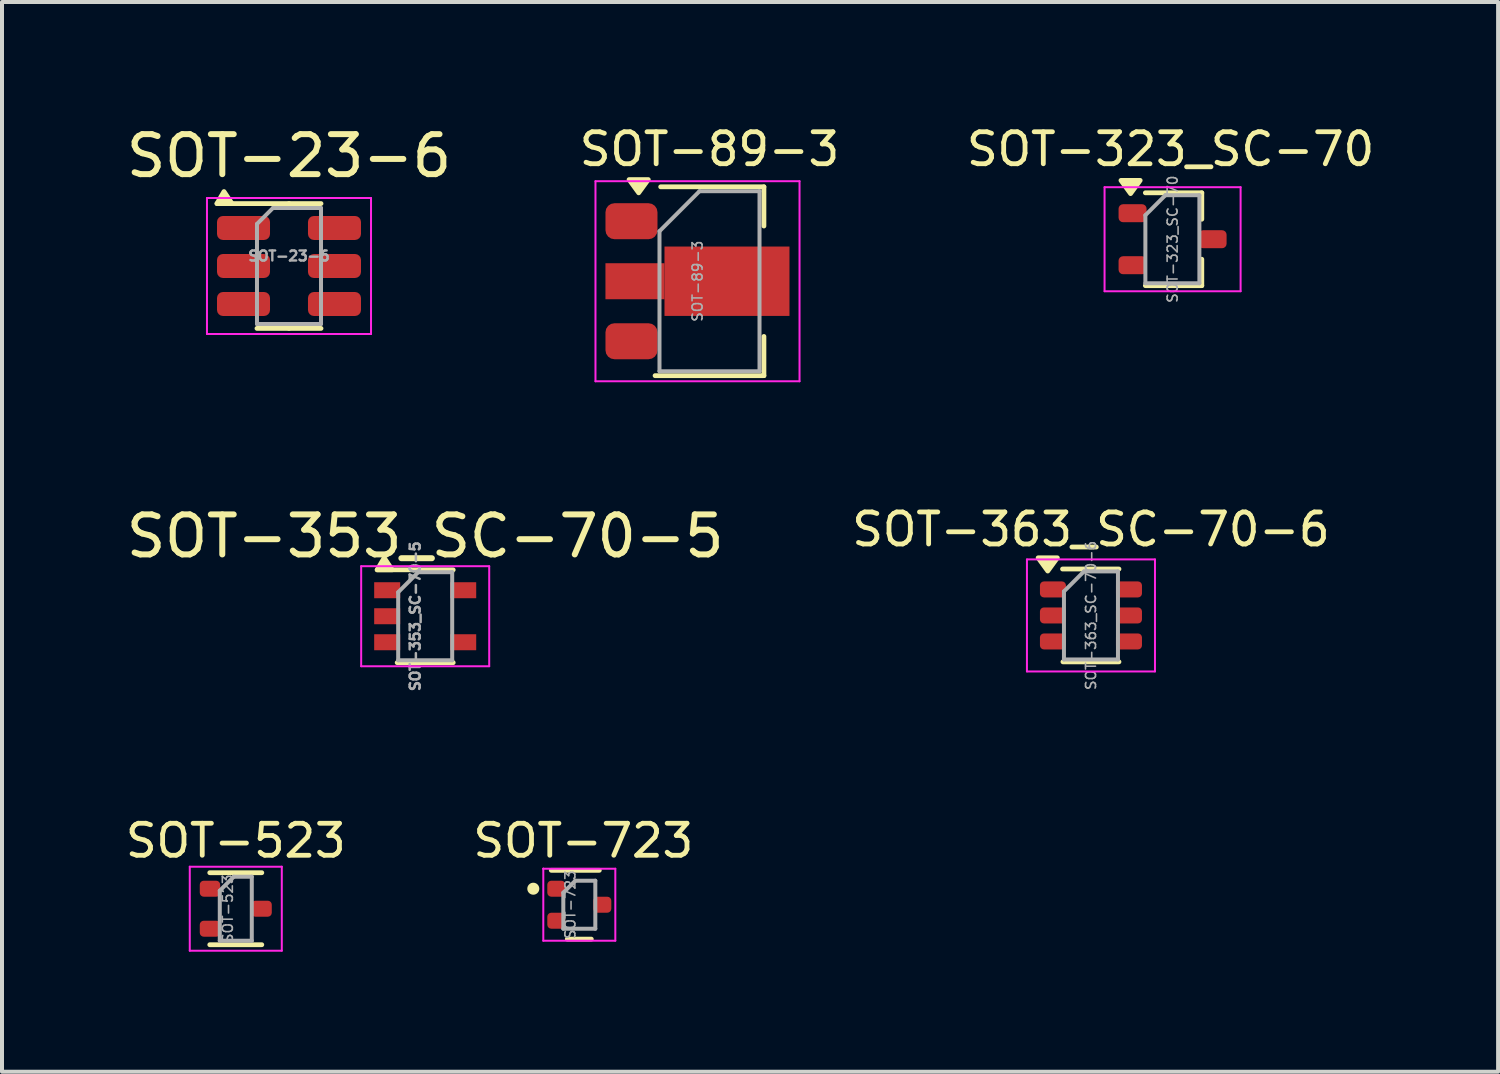
<source format=kicad_pcb>
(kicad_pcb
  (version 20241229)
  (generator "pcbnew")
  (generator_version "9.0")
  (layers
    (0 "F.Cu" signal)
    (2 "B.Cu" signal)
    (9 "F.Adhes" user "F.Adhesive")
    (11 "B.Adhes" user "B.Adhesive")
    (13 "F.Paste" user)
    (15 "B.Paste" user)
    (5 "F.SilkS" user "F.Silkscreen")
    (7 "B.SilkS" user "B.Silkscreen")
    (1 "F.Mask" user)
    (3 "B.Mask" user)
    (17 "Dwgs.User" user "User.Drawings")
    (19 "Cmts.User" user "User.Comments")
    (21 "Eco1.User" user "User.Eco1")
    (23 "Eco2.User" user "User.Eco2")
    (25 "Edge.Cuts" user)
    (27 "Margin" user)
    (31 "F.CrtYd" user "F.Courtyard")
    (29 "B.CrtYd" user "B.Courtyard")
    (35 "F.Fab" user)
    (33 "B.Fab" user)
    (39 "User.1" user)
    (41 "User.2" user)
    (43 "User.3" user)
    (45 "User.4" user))
  (footprint "SOT-523"
    (layer "F.Cu")
    (at 2.843 19.662)
    (property "Reference" "SOT-523" (at 0 -1.7 0) (layer "F.SilkS") (effects (font (size 0.8 0.8) (thickness 0.12))))
    (attr smd)
    (fp_line (start 0.65 -0.9) (end -0.65 -0.9) (stroke (width 0.12) (type solid)) (layer "F.SilkS"))
    (fp_line (start 0.65 0.9) (end -0.65 0.9) (stroke (width 0.12) (type solid)) (layer "F.SilkS"))
    (fp_line (start -1.15 -1.05) (end -1.15 1.05) (stroke (width 0.05) (type solid)) (layer "F.CrtYd"))
    (fp_line (start -1.15 -1.05) (end 1.15 -1.05) (stroke (width 0.05) (type solid)) (layer "F.CrtYd"))
    (fp_line (start 1.15 1.05) (end -1.15 1.05) (stroke (width 0.05) (type solid)) (layer "F.CrtYd"))
    (fp_line (start 1.15 1.05) (end 1.15 -1.05) (stroke (width 0.05) (type solid)) (layer "F.CrtYd"))
    (fp_line (start -0.4 -0.45) (end -0.4 0.8) (stroke (width 0.1) (type solid)) (layer "F.Fab"))
    (fp_line (start -0.4 -0.45) (end -0.05 -0.8) (stroke (width 0.1) (type solid)) (layer "F.Fab"))
    (fp_line (start -0.4 0.8) (end 0.4 0.8) (stroke (width 0.1) (type solid)) (layer "F.Fab"))
    (fp_line (start 0.4 -0.8) (end -0.05 -0.8) (stroke (width 0.1) (type solid)) (layer "F.Fab"))
    (fp_line (start 0.4 0.8) (end 0.4 -0.8) (stroke (width 0.1) (type solid)) (layer "F.Fab"))
    (fp_text user "${REFERENCE}" (at -0.2 0 270) (layer "F.Fab") (effects (font (size 0.25 0.25) (thickness 0.04))))
    (pad "1" smd roundrect (at -0.645 -0.5 180) (size 0.51 0.4) (layers "F.Cu" "F.Mask" "F.Paste") (roundrect_rratio 0.25))
    (pad "2" smd roundrect (at -0.645 0.5 180) (size 0.51 0.4) (layers "F.Cu" "F.Mask" "F.Paste") (roundrect_rratio 0.25))
    (pad "3" smd roundrect (at 0.645 0 180) (size 0.51 0.4) (layers "F.Cu" "F.Mask" "F.Paste") (roundrect_rratio 0.25)))
  (footprint "SOT-723"
    (layer "F.Cu")
    (at 11.429 19.562)
    (property "Reference" "SOT-723" (at 0.1 -1.6 0) (layer "F.SilkS") (effects (font (size 0.8 0.8) (thickness 0.12))))
    (attr smd)
    (fp_line (start 0.3 0.86) (end -0.3 0.86) (stroke (width 0.12) (type solid)) (layer "F.SilkS"))
    (fp_line (start 0.5 -0.86) (end -0.7 -0.86) (stroke (width 0.12) (type solid)) (layer "F.SilkS"))
    (fp_circle (center -1.15 -0.4) (end -1 -0.4) (stroke (width 0) (type solid)) (fill yes) (layer "F.SilkS"))
    (fp_line (start -0.9 -0.9) (end -0.9 -0.9) (stroke (width 0.05) (type solid)) (layer "F.CrtYd"))
    (fp_line (start -0.9 -0.9) (end 0.9 -0.9) (stroke (width 0.05) (type solid)) (layer "F.CrtYd"))
    (fp_line (start -0.9 0.9) (end -0.9 -0.9) (stroke (width 0.05) (type solid)) (layer "F.CrtYd"))
    (fp_line (start 0.9 -0.9) (end 0.9 0.9) (stroke (width 0.05) (type solid)) (layer "F.CrtYd"))
    (fp_line (start 0.9 0.9) (end -0.9 0.9) (stroke (width 0.05) (type solid)) (layer "F.CrtYd"))
    (fp_line (start -0.4 -0.3) (end -0.1 -0.6) (stroke (width 0.1) (type solid)) (layer "F.Fab"))
    (fp_line (start -0.4 0.6) (end -0.4 -0.3) (stroke (width 0.1) (type solid)) (layer "F.Fab"))
    (fp_line (start -0.1 -0.6) (end 0.4 -0.6) (stroke (width 0.1) (type solid)) (layer "F.Fab"))
    (fp_line (start 0.4 -0.6) (end 0.4 0.6) (stroke (width 0.1) (type solid)) (layer "F.Fab"))
    (fp_line (start 0.4 0.6) (end -0.4 0.6) (stroke (width 0.1) (type solid)) (layer "F.Fab"))
    (fp_text user "${REFERENCE}" (at -0.225 0 90) (layer "F.Fab") (effects (font (size 0.25 0.25) (thickness 0.04))))
    (pad "1" smd roundrect (at -0.575 -0.4) (size 0.45 0.4) (layers "F.Cu" "F.Mask" "F.Paste") (roundrect_rratio 0.25))
    (pad "2" smd roundrect (at -0.575 0.4) (size 0.45 0.4) (layers "F.Cu" "F.Mask" "F.Paste") (roundrect_rratio 0.25))
    (pad "3" smd roundrect (at 0.575 0) (size 0.45 0.4) (layers "F.Cu" "F.Mask" "F.Paste") (roundrect_rratio 0.25)))
  (footprint "SOT-89-3"
    (layer "F.Cu")
    (at 14.683 3.979)
    (property "Reference" "SOT-89-3" (at 0 -3.3 0) (layer "F.SilkS") (effects (font (size 0.8 0.8) (thickness 0.12))))
    (attr smd)
    (fp_line (start -1.22 -2.36) (end 1.36 -2.36) (stroke (width 0.12) (type solid)) (layer "F.SilkS"))
    (fp_line (start 1.36 -1.38) (end 1.36 -2.36) (stroke (width 0.12) (type solid)) (layer "F.SilkS"))
    (fp_line (start 1.36 1.38) (end 1.36 2.36) (stroke (width 0.12) (type solid)) (layer "F.SilkS"))
    (fp_line (start 1.36 2.36) (end -1.36 2.36) (stroke (width 0.12) (type solid)) (layer "F.SilkS"))
    (fp_poly (pts (xy -1.77 -2.21) (xy -2.01 -2.54) (xy -1.53 -2.54) (xy -1.77 -2.21)) (stroke (width 0.12) (type solid)) (fill yes) (layer "F.SilkS"))
    (fp_line (start -2.85 2.5) (end -2.85 -2.5) (stroke (width 0.05) (type solid)) (layer "F.CrtYd"))
    (fp_line (start -2.85 2.5) (end 2.25 2.5) (stroke (width 0.05) (type solid)) (layer "F.CrtYd"))
    (fp_line (start 2.25 -2.5) (end -2.85 -2.5) (stroke (width 0.05) (type solid)) (layer "F.CrtYd"))
    (fp_line (start 2.25 -2.5) (end 2.25 2.5) (stroke (width 0.05) (type solid)) (layer "F.CrtYd"))
    (fp_line (start -1.25 -1.25) (end -0.25 -2.25) (stroke (width 0.1) (type solid)) (layer "F.Fab"))
    (fp_line (start -1.25 2.25) (end -1.25 -1.25) (stroke (width 0.1) (type solid)) (layer "F.Fab"))
    (fp_line (start -0.25 -2.25) (end 1.25 -2.25) (stroke (width 0.1) (type solid)) (layer "F.Fab"))
    (fp_line (start 1.25 -2.25) (end 1.25 2.25) (stroke (width 0.1) (type solid)) (layer "F.Fab"))
    (fp_line (start 1.25 2.25) (end -1.25 2.25) (stroke (width 0.1) (type solid)) (layer "F.Fab"))
    (fp_text user "${REFERENCE}" (at -0.3 0 90) (layer "F.Fab") (effects (font (size 0.25 0.25) (thickness 0.04))))
    (pad "1" smd roundrect (at -1.95 -1.5) (size 1.3 0.9) (layers "F.Cu" "F.Mask" "F.Paste") (roundrect_rratio 0.25))
    (pad "2" smd custom (at -1.863 0) (size 1.475 0.9) (layers "F.Cu" "F.Mask" "F.Paste") (options (anchor rect)) (primitives (gr_poly (pts (xy 3.862 0.867) (xy 0.738 0.867) (xy 0.738 -0.867) (xy 3.862 -0.867)) (width 0) (fill yes))))
    (pad "3" smd roundrect (at -1.95 1.5) (size 1.3 0.9) (layers "F.Cu" "F.Mask" "F.Paste") (roundrect_rratio 0.25)))
  (footprint "SOT-23-6"
    (layer "F.Cu")
    (at 4.173 3.598)
    (property "Reference" "SOT-23-6" (at 0 -2.75 0) (layer "F.SilkS") (effects (font (size 1 1) (thickness 0.15))))
    (attr smd)
    (fp_line (start 0 -1.56) (end -1.8 -1.56) (stroke (width 0.12) (type solid)) (layer "F.SilkS"))
    (fp_line (start 0 -1.56) (end 0.8 -1.56) (stroke (width 0.12) (type solid)) (layer "F.SilkS"))
    (fp_line (start 0 1.56) (end -0.8 1.56) (stroke (width 0.12) (type solid)) (layer "F.SilkS"))
    (fp_line (start 0 1.56) (end 0.8 1.56) (stroke (width 0.12) (type solid)) (layer "F.SilkS"))
    (fp_poly (pts (xy -1.8 -1.56) (xy -1.625 -1.86) (xy -1.425 -1.56)) (stroke (width 0.12) (type solid)) (fill yes) (layer "F.SilkS"))
    (fp_line (start -2.05 -1.7) (end -2.05 1.7) (stroke (width 0.05) (type solid)) (layer "F.CrtYd"))
    (fp_line (start -2.05 1.7) (end 2.05 1.7) (stroke (width 0.05) (type solid)) (layer "F.CrtYd"))
    (fp_line (start 2.05 -1.7) (end -2.05 -1.7) (stroke (width 0.05) (type solid)) (layer "F.CrtYd"))
    (fp_line (start 2.05 1.7) (end 2.05 -1.7) (stroke (width 0.05) (type solid)) (layer "F.CrtYd"))
    (fp_line (start -0.8 -1.05) (end -0.4 -1.45) (stroke (width 0.1) (type solid)) (layer "F.Fab"))
    (fp_line (start -0.8 1.45) (end -0.8 -1.05) (stroke (width 0.1) (type solid)) (layer "F.Fab"))
    (fp_line (start -0.4 -1.45) (end 0.8 -1.45) (stroke (width 0.1) (type solid)) (layer "F.Fab"))
    (fp_line (start 0.8 -1.45) (end 0.8 1.45) (stroke (width 0.1) (type solid)) (layer "F.Fab"))
    (fp_line (start 0.8 1.45) (end -0.8 1.45) (stroke (width 0.1) (type solid)) (layer "F.Fab"))
    (fp_text user "${REFERENCE}" (at 0 -0.25 0) (layer "F.Fab") (effects (font (size 0.25 0.25) (thickness 0.06))))
    (pad "1" smd roundrect (at -1.137 -0.95) (size 1.325 0.6) (layers "F.Cu" "F.Mask" "F.Paste") (roundrect_rratio 0.25))
    (pad "2" smd roundrect (at -1.137 0) (size 1.325 0.6) (layers "F.Cu" "F.Mask" "F.Paste") (roundrect_rratio 0.25))
    (pad "3" smd roundrect (at -1.137 0.95) (size 1.325 0.6) (layers "F.Cu" "F.Mask" "F.Paste") (roundrect_rratio 0.25))
    (pad "4" smd roundrect (at 1.137 0.95) (size 1.325 0.6) (layers "F.Cu" "F.Mask" "F.Paste") (roundrect_rratio 0.25))
    (pad "5" smd roundrect (at 1.137 0) (size 1.325 0.6) (layers "F.Cu" "F.Mask" "F.Paste") (roundrect_rratio 0.25))
    (pad "6" smd roundrect (at 1.137 -0.95) (size 1.325 0.6) (layers "F.Cu" "F.Mask" "F.Paste") (roundrect_rratio 0.25)))
  (footprint "SOT-323_SC-70"
    (layer "F.Cu")
    (at 26.257 2.929)
    (property "Reference" "SOT-323_SC-70" (at -0.05 -2.25 0) (layer "F.SilkS") (effects (font (size 0.8 0.8) (thickness 0.12))))
    (attr smd)
    (fp_line (start -0.68 -1.16) (end 0.73 -1.16) (stroke (width 0.12) (type solid)) (layer "F.SilkS"))
    (fp_line (start -0.68 1.16) (end 0.73 1.16) (stroke (width 0.12) (type solid)) (layer "F.SilkS"))
    (fp_line (start 0.73 -1.16) (end 0.73 -0.5) (stroke (width 0.12) (type solid)) (layer "F.SilkS"))
    (fp_line (start 0.73 0.5) (end 0.73 1.16) (stroke (width 0.12) (type solid)) (layer "F.SilkS"))
    (fp_poly (pts (xy -1.05 -1.14) (xy -1.29 -1.47) (xy -0.81 -1.47) (xy -1.05 -1.14)) (stroke (width 0.12) (type solid)) (fill yes) (layer "F.SilkS"))
    (fp_line (start -1.7 -1.3) (end 1.7 -1.3) (stroke (width 0.05) (type solid)) (layer "F.CrtYd"))
    (fp_line (start -1.7 1.3) (end -1.7 -1.3) (stroke (width 0.05) (type solid)) (layer "F.CrtYd"))
    (fp_line (start 1.7 -1.3) (end 1.7 1.3) (stroke (width 0.05) (type solid)) (layer "F.CrtYd"))
    (fp_line (start 1.7 1.3) (end -1.7 1.3) (stroke (width 0.05) (type solid)) (layer "F.CrtYd"))
    (fp_line (start -0.68 -0.6) (end -0.68 1.1) (stroke (width 0.1) (type solid)) (layer "F.Fab"))
    (fp_line (start -0.18 -1.1) (end -0.68 -0.6) (stroke (width 0.1) (type solid)) (layer "F.Fab"))
    (fp_line (start 0.67 -1.1) (end -0.18 -1.1) (stroke (width 0.1) (type solid)) (layer "F.Fab"))
    (fp_line (start 0.67 -1.1) (end 0.67 1.1) (stroke (width 0.1) (type solid)) (layer "F.Fab"))
    (fp_line (start 0.67 1.1) (end -0.68 1.1) (stroke (width 0.1) (type solid)) (layer "F.Fab"))
    (fp_text user "${REFERENCE}" (at 0 0 90) (layer "F.Fab") (effects (font (size 0.25 0.25) (thickness 0.04))))
    (pad "1" smd roundrect (at -1 -0.65 270) (size 0.45 0.7) (layers "F.Cu" "F.Mask" "F.Paste") (roundrect_rratio 0.25))
    (pad "2" smd roundrect (at -1 0.65 270) (size 0.45 0.7) (layers "F.Cu" "F.Mask" "F.Paste") (roundrect_rratio 0.25))
    (pad "3" smd roundrect (at 1 0 270) (size 0.45 0.7) (layers "F.Cu" "F.Mask" "F.Paste") (roundrect_rratio 0.25)))
  (footprint "SOT-353_SC-70-5"
    (layer "F.Cu")
    (at 7.577 12.352)
    (property "Reference" "SOT-353_SC-70-5" (at 0 -2 0) (layer "F.SilkS") (effects (font (size 1 1) (thickness 0.15))))
    (attr smd)
    (fp_line (start -0.7 1.16) (end 0.7 1.16) (stroke (width 0.12) (type solid)) (layer "F.SilkS"))
    (fp_line (start 0.7 -1.16) (end -1.2 -1.16) (stroke (width 0.12) (type solid)) (layer "F.SilkS"))
    (fp_poly (pts (xy -1.2 -1.16) (xy -1.025 -1.46) (xy -0.825 -1.16)) (stroke (width 0.12) (type solid)) (fill yes) (layer "F.SilkS"))
    (fp_line (start -1.6 -1.25) (end -1.6 1.25) (stroke (width 0.05) (type solid)) (layer "F.CrtYd"))
    (fp_line (start -1.6 -1.25) (end 1.6 -1.25) (stroke (width 0.05) (type solid)) (layer "F.CrtYd"))
    (fp_line (start -1.6 1.25) (end 1.6 1.25) (stroke (width 0.05) (type solid)) (layer "F.CrtYd"))
    (fp_line (start 1.6 1.25) (end 1.6 -1.25) (stroke (width 0.05) (type solid)) (layer "F.CrtYd"))
    (fp_line (start -0.675 -0.6) (end -0.675 1.1) (stroke (width 0.1) (type solid)) (layer "F.Fab"))
    (fp_line (start -0.175 -1.1) (end -0.675 -0.6) (stroke (width 0.1) (type solid)) (layer "F.Fab"))
    (fp_line (start 0.675 -1.1) (end -0.175 -1.1) (stroke (width 0.1) (type solid)) (layer "F.Fab"))
    (fp_line (start 0.675 -1.1) (end 0.675 1.1) (stroke (width 0.1) (type solid)) (layer "F.Fab"))
    (fp_line (start 0.675 1.1) (end -0.675 1.1) (stroke (width 0.1) (type solid)) (layer "F.Fab"))
    (fp_text user "${REFERENCE}" (at -0.25 0 90) (layer "F.Fab") (effects (font (size 0.25 0.25) (thickness 0.062))))
    (pad "1" smd rect (at -0.95 -0.65) (size 0.65 0.4) (layers "F.Cu" "F.Mask" "F.Paste"))
    (pad "2" smd rect (at -0.95 0) (size 0.65 0.4) (layers "F.Cu" "F.Mask" "F.Paste"))
    (pad "3" smd rect (at -0.95 0.65) (size 0.65 0.4) (layers "F.Cu" "F.Mask" "F.Paste"))
    (pad "4" smd rect (at 0.95 0.65) (size 0.65 0.4) (layers "F.Cu" "F.Mask" "F.Paste"))
    (pad "5" smd rect (at 0.95 -0.65) (size 0.65 0.4) (layers "F.Cu" "F.Mask" "F.Paste")))
  (footprint "SOT-363_SC-70-6"
    (layer "F.Cu")
    (at 24.217 12.332)
    (property "Reference" "SOT-363_SC-70-6" (at 0 -2.15 0) (layer "F.SilkS") (effects (font (size 0.8 0.8) (thickness 0.12))))
    (attr smd)
    (fp_line (start -0.71 -1.16) (end 0.7 -1.16) (stroke (width 0.12) (type solid)) (layer "F.SilkS"))
    (fp_line (start -0.7 1.16) (end 0.7 1.16) (stroke (width 0.12) (type solid)) (layer "F.SilkS"))
    (fp_poly (pts (xy -1.08 -1.11) (xy -1.32 -1.44) (xy -0.84 -1.44) (xy -1.08 -1.11)) (stroke (width 0.12) (type solid)) (fill yes) (layer "F.SilkS"))
    (fp_line (start -1.6 -1.4) (end -1.6 1.4) (stroke (width 0.05) (type solid)) (layer "F.CrtYd"))
    (fp_line (start -1.6 -1.4) (end 1.6 -1.4) (stroke (width 0.05) (type solid)) (layer "F.CrtYd"))
    (fp_line (start -1.6 1.4) (end 1.6 1.4) (stroke (width 0.05) (type solid)) (layer "F.CrtYd"))
    (fp_line (start 1.6 1.4) (end 1.6 -1.4) (stroke (width 0.05) (type solid)) (layer "F.CrtYd"))
    (fp_line (start -0.675 -0.6) (end -0.675 1.1) (stroke (width 0.1) (type solid)) (layer "F.Fab"))
    (fp_line (start -0.175 -1.1) (end -0.675 -0.6) (stroke (width 0.1) (type solid)) (layer "F.Fab"))
    (fp_line (start 0.675 -1.1) (end -0.175 -1.1) (stroke (width 0.1) (type solid)) (layer "F.Fab"))
    (fp_line (start 0.675 -1.1) (end 0.675 1.1) (stroke (width 0.1) (type solid)) (layer "F.Fab"))
    (fp_line (start 0.675 1.1) (end -0.675 1.1) (stroke (width 0.1) (type solid)) (layer "F.Fab"))
    (fp_text user "${REFERENCE}" (at 0 0 90) (layer "F.Fab") (effects (font (size 0.25 0.25) (thickness 0.04))))
    (pad "1" smd roundrect (at -0.95 -0.65) (size 0.65 0.4) (layers "F.Cu" "F.Mask" "F.Paste") (roundrect_rratio 0.25))
    (pad "2" smd roundrect (at -0.95 0) (size 0.65 0.4) (layers "F.Cu" "F.Mask" "F.Paste") (roundrect_rratio 0.25))
    (pad "3" smd roundrect (at -0.95 0.65) (size 0.65 0.4) (layers "F.Cu" "F.Mask" "F.Paste") (roundrect_rratio 0.25))
    (pad "4" smd roundrect (at 0.95 0.65) (size 0.65 0.4) (layers "F.Cu" "F.Mask" "F.Paste") (roundrect_rratio 0.25))
    (pad "5" smd roundrect (at 0.95 0) (size 0.65 0.4) (layers "F.Cu" "F.Mask" "F.Paste") (roundrect_rratio 0.25))
    (pad "6" smd roundrect (at 0.95 -0.65) (size 0.65 0.4) (layers "F.Cu" "F.Mask" "F.Paste") (roundrect_rratio 0.25)))
  (gr_rect
    (start -3 -3)
    (end 34.393 23.737)
    (stroke (width 0.1) (type default))
    (fill no)
    (layer "Edge.Cuts")))
</source>
